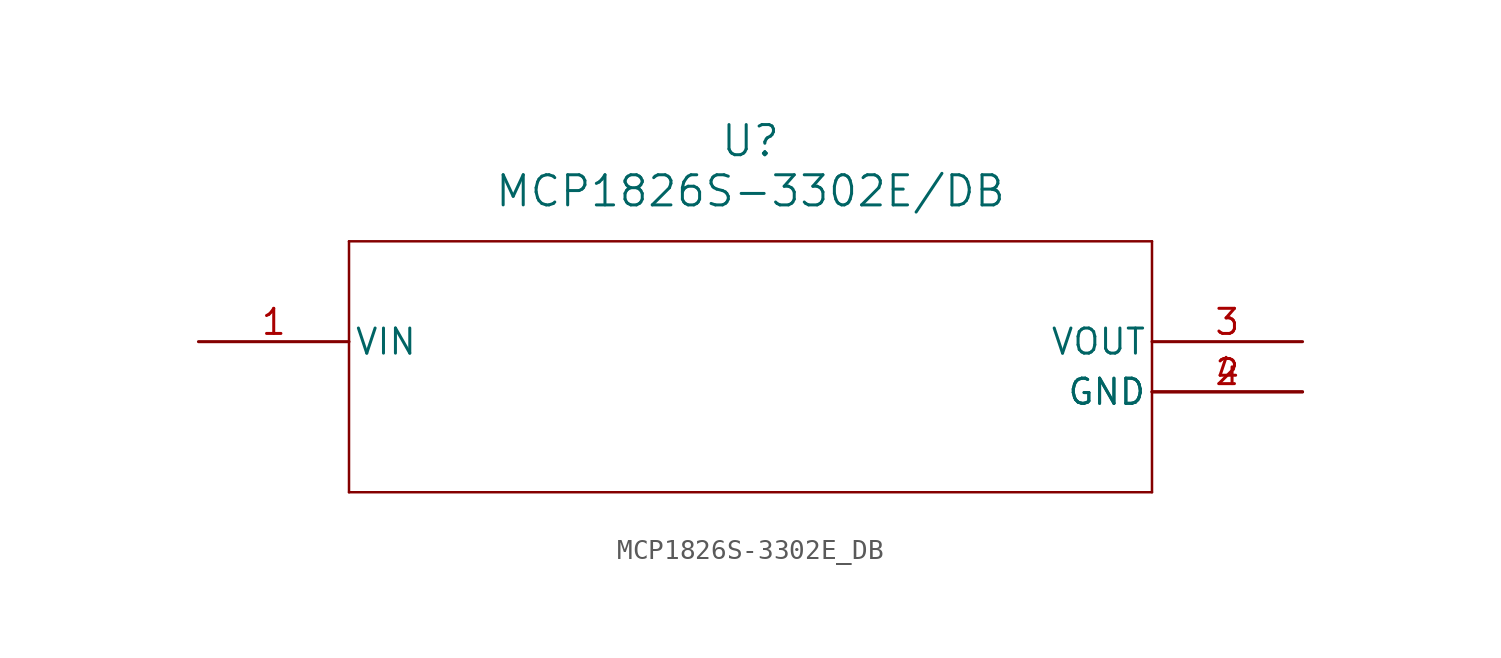
<source format=kicad_sym>
(kicad_symbol_lib
  (version 20231120)
  (generator "kicad_symbol_editor")
  (generator_version "8.0")
  (symbol "MCP1826S-3302E_DB"
    (pin_names
      (offset 0.254))
    (property "Reference" "U"
      (at 27.94 10.16 0)
      (effects (font (size 1.524 1.524))))
    (property "Value" "MCP1826S-3302E/DB"
      (at 27.94 7.62 0)
      (effects (font (size 1.524 1.524))))
    (symbol "MCP1826S-3302E_DB_0_1"
      (polyline (pts (xy 7.62 -7.62) (xy 48.26 -7.62)) (stroke (width 0.127) (type default)) (fill (type none)))
      (polyline (pts (xy 7.62 5.08) (xy 7.62 -7.62)) (stroke (width 0.127) (type default)) (fill (type none)))
      (polyline (pts (xy 48.26 -7.62) (xy 48.26 5.08)) (stroke (width 0.127) (type default)) (fill (type none)))
      (polyline (pts (xy 48.26 5.08) (xy 7.62 5.08)) (stroke (width 0.127) (type default)) (fill (type none)))
      (pin unspecified line (at 0 0 0) (length 7.62) (name "VIN" (effects (font (size 1.27 1.27)))) (number "1" (effects (font (size 1.27 1.27)))))
      (pin unspecified line (at 55.88 -2.54 180) (length 7.62) (name "GND" (effects (font (size 1.27 1.27)))) (number "2" (effects (font (size 1.27 1.27)))))
      (pin unspecified line (at 55.88 0 180) (length 7.62) (name "VOUT" (effects (font (size 1.27 1.27)))) (number "3" (effects (font (size 1.27 1.27))))))
    (symbol "MCP1826S-3302E_DB_1_1"
      (pin unspecified line (at 55.88 -2.54 180) (length 7.62) (name "GND" (effects (font (size 1.27 1.27)))) (number "4" (effects (font (size 1.27 1.27))))))))
</source>
